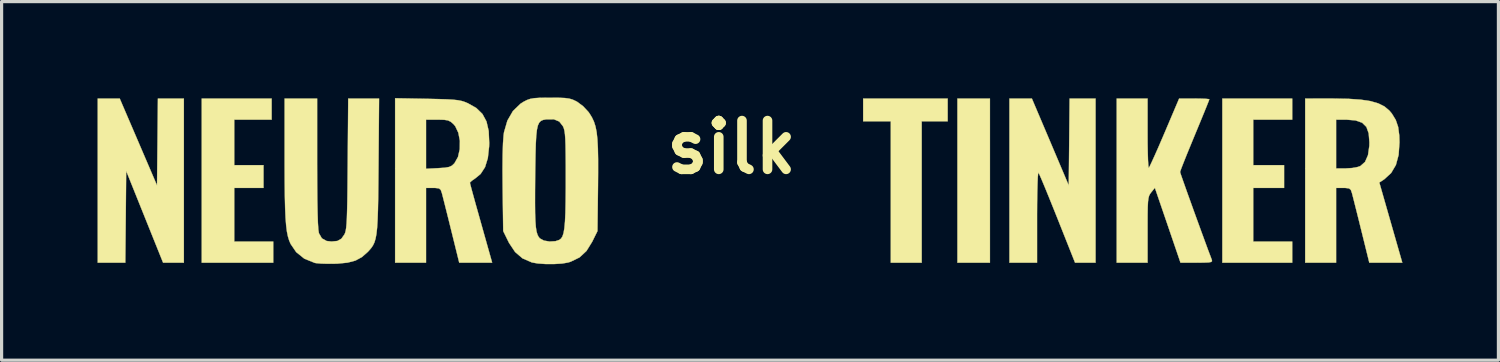
<source format=kicad_pcb>
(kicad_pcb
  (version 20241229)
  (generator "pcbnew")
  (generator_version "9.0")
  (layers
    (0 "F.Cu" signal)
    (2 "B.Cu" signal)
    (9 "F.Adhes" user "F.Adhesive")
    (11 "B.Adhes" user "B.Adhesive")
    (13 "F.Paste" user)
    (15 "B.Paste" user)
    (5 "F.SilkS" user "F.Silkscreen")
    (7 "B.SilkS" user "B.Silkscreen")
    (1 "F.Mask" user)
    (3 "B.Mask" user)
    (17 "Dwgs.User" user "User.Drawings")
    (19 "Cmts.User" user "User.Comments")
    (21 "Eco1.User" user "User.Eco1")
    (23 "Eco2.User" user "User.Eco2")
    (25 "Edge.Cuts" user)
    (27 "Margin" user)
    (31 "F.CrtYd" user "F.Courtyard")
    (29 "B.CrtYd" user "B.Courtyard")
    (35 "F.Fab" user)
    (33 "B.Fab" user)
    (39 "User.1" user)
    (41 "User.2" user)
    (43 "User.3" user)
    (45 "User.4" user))
  (footprint "silk"
    (layer "F.Cu")
    (at 19.817 1.554)
    (property "Reference" "silk" (at 0 0 0) (layer "F.SilkS") (effects (font (size 1.524 1.524) (thickness 0.3))))
    (attr through_hole)
    (fp_poly (pts (xy 8.077 3.607) (xy 7.061 3.607) (xy 7.061 -1.524) (xy 8.077 -1.524) (xy 8.077 3.607)) (stroke (width 0.01) (type solid)) (fill yes) (layer "F.SilkS"))
    (fp_poly (pts (xy 6.756 -0.813) (xy 5.944 -0.813) (xy 5.944 3.607) (xy 4.978 3.607) (xy 4.978 -0.813) (xy 4.115 -0.813) (xy 4.115 -1.524) (xy 6.756 -1.524) (xy 6.756 -0.813)) (stroke (width 0.01) (type solid)) (fill yes) (layer "F.SilkS"))
    (fp_poly (pts (xy -14.376 -0.864) (xy -15.545 -0.864) (xy -15.545 0.559) (xy -14.63 0.559) (xy -14.63 1.27) (xy -15.545 1.27) (xy -15.545 2.946) (xy -14.326 2.946) (xy -14.326 3.607) (xy -16.561 3.607) (xy -16.561 -1.524) (xy -14.376 -1.524) (xy -14.376 -0.864)) (stroke (width 0.01) (type solid)) (fill yes) (layer "F.SilkS"))
    (fp_poly (pts (xy 17.526 -0.864) (xy 16.307 -0.864) (xy 16.307 0.559) (xy 17.272 0.559) (xy 17.272 1.27) (xy 16.307 1.27) (xy 16.307 2.946) (xy 17.526 2.946) (xy 17.526 3.607) (xy 15.342 3.607) (xy 15.342 -1.524) (xy 17.526 -1.524) (xy 17.526 -0.864)) (stroke (width 0.01) (type solid)) (fill yes) (layer "F.SilkS"))
    (fp_poly (pts (xy -18.541 -0.165) (xy -17.958 1.194) (xy -17.944 -0.165) (xy -17.931 -1.524) (xy -17.12 -1.524) (xy -17.12 3.607) (xy -17.769 3.607) (xy -18.923 0.737) (xy -18.936 2.172) (xy -18.95 3.607) (xy -19.812 3.607) (xy -19.812 -1.524) (xy -19.125 -1.524) (xy -18.541 -0.165)) (stroke (width 0.01) (type solid)) (fill yes) (layer "F.SilkS"))
    (fp_poly (pts (xy 9.965 -0.166) (xy 10.541 1.193) (xy 10.555 -0.166) (xy 10.568 -1.524) (xy 11.379 -1.524) (xy 11.379 3.607) (xy 10.738 3.607) (xy 10.188 2.223) (xy 10.046 1.869) (xy 9.915 1.545) (xy 9.8 1.264) (xy 9.705 1.037) (xy 9.636 0.877) (xy 9.598 0.797) (xy 9.594 0.79) (xy 9.583 0.826) (xy 9.572 0.951) (xy 9.564 1.155) (xy 9.557 1.426) (xy 9.552 1.751) (xy 9.55 2.119) (xy 9.55 2.174) (xy 9.55 3.607) (xy 8.687 3.607) (xy 8.687 -1.524) (xy 9.388 -1.524) (xy 9.965 -0.166)) (stroke (width 0.01) (type solid)) (fill yes) (layer "F.SilkS"))
    (fp_poly (pts (xy 18.809 -1.523) (xy 19.282 -1.515) (xy 19.666 -1.489) (xy 19.974 -1.443) (xy 20.218 -1.372) (xy 20.411 -1.275) (xy 20.563 -1.147) (xy 20.641 -1.054) (xy 20.763 -0.854) (xy 20.838 -0.634) (xy 20.873 -0.365) (xy 20.879 -0.154) (xy 20.852 0.237) (xy 20.767 0.553) (xy 20.619 0.803) (xy 20.405 0.999) (xy 20.374 1.02) (xy 20.249 1.101) (xy 20.608 2.354) (xy 20.967 3.607) (xy 19.936 3.607) (xy 19.688 2.603) (xy 19.61 2.288) (xy 19.537 1.996) (xy 19.474 1.746) (xy 19.426 1.556) (xy 19.397 1.444) (xy 19.395 1.435) (xy 19.359 1.333) (xy 19.302 1.285) (xy 19.191 1.271) (xy 19.124 1.27) (xy 18.898 1.27) (xy 18.898 3.607) (xy 17.932 3.607) (xy 17.932 -0.864) (xy 18.898 -0.864) (xy 18.898 0.66) (xy 19.205 0.66) (xy 19.399 0.648) (xy 19.571 0.616) (xy 19.655 0.587) (xy 19.802 0.457) (xy 19.895 0.246) (xy 19.937 -0.048) (xy 19.939 -0.155) (xy 19.917 -0.436) (xy 19.845 -0.637) (xy 19.712 -0.768) (xy 19.506 -0.84) (xy 19.218 -0.864) (xy 19.199 -0.864) (xy 18.898 -0.864) (xy 17.932 -0.864) (xy 17.932 -1.524) (xy 18.809 -1.523)) (stroke (width 0.01) (type solid)) (fill yes) (layer "F.SilkS"))
    (fp_poly (pts (xy -12.954 0.5) (xy -12.952 1.116) (xy -12.948 1.631) (xy -12.94 2.045) (xy -12.93 2.358) (xy -12.916 2.571) (xy -12.899 2.682) (xy -12.898 2.686) (xy -12.805 2.847) (xy -12.657 2.929) (xy -12.504 2.946) (xy -12.32 2.928) (xy -12.196 2.858) (xy -12.101 2.724) (xy -12.079 2.675) (xy -12.061 2.609) (xy -12.046 2.517) (xy -12.034 2.388) (xy -12.024 2.213) (xy -12.017 1.982) (xy -12.01 1.685) (xy -12.005 1.312) (xy -12.001 0.854) (xy -11.998 0.521) (xy -11.982 -1.524) (xy -11.018 -1.524) (xy -11.035 0.572) (xy -11.04 1.124) (xy -11.045 1.585) (xy -11.053 1.964) (xy -11.064 2.271) (xy -11.079 2.516) (xy -11.1 2.708) (xy -11.128 2.858) (xy -11.164 2.976) (xy -11.21 3.071) (xy -11.266 3.152) (xy -11.334 3.231) (xy -11.368 3.268) (xy -11.553 3.431) (xy -11.756 3.541) (xy -12.003 3.606) (xy -12.319 3.637) (xy -12.395 3.639) (xy -12.625 3.641) (xy -12.833 3.635) (xy -12.987 3.621) (xy -13.03 3.613) (xy -13.354 3.482) (xy -13.608 3.277) (xy -13.782 3.022) (xy -13.828 2.915) (xy -13.866 2.79) (xy -13.898 2.636) (xy -13.922 2.444) (xy -13.941 2.204) (xy -13.954 1.904) (xy -13.963 1.537) (xy -13.968 1.091) (xy -13.97 0.556) (xy -13.97 0.372) (xy -13.97 -1.524) (xy -12.954 -1.524) (xy -12.954 0.5)) (stroke (width 0.01) (type solid)) (fill yes) (layer "F.SilkS"))
    (fp_poly (pts (xy 13.005 -0.429) (xy 13.006 -0.109) (xy 13.011 0.171) (xy 13.018 0.399) (xy 13.028 0.559) (xy 13.038 0.637) (xy 13.043 0.643) (xy 13.073 0.591) (xy 13.136 0.459) (xy 13.226 0.261) (xy 13.338 0.009) (xy 13.464 -0.283) (xy 13.537 -0.453) (xy 13.992 -1.524) (xy 14.464 -1.524) (xy 14.668 -1.521) (xy 14.828 -1.515) (xy 14.921 -1.505) (xy 14.935 -1.499) (xy 14.916 -1.446) (xy 14.864 -1.314) (xy 14.783 -1.114) (xy 14.679 -0.861) (xy 14.558 -0.568) (xy 14.478 -0.375) (xy 14.349 -0.062) (xy 14.233 0.22) (xy 14.138 0.458) (xy 14.067 0.639) (xy 14.028 0.747) (xy 14.021 0.772) (xy 14.037 0.827) (xy 14.084 0.963) (xy 14.155 1.165) (xy 14.245 1.419) (xy 14.35 1.71) (xy 14.463 2.024) (xy 14.58 2.345) (xy 14.695 2.661) (xy 14.803 2.955) (xy 14.898 3.214) (xy 14.977 3.422) (xy 15.013 3.518) (xy 15.02 3.558) (xy 14.993 3.584) (xy 14.915 3.599) (xy 14.768 3.605) (xy 14.541 3.607) (xy 14.034 3.607) (xy 13.634 2.436) (xy 13.233 1.266) (xy 13.119 1.408) (xy 13.081 1.46) (xy 13.052 1.517) (xy 13.032 1.594) (xy 13.018 1.706) (xy 13.01 1.868) (xy 13.006 2.095) (xy 13.005 2.401) (xy 13.005 2.578) (xy 13.005 3.607) (xy 12.04 3.607) (xy 12.04 -1.524) (xy 13.005 -1.524) (xy 13.005 -0.429)) (stroke (width 0.01) (type solid)) (fill yes) (layer "F.SilkS"))
    (fp_poly (pts (xy -9.512 -1.515) (xy -9.162 -1.507) (xy -8.897 -1.499) (xy -8.699 -1.487) (xy -8.551 -1.471) (xy -8.436 -1.448) (xy -8.337 -1.416) (xy -8.242 -1.377) (xy -7.979 -1.228) (xy -7.787 -1.042) (xy -7.66 -0.807) (xy -7.591 -0.509) (xy -7.575 -0.136) (xy -7.578 -0.025) (xy -7.618 0.338) (xy -7.705 0.62) (xy -7.843 0.833) (xy -8.012 0.972) (xy -8.119 1.046) (xy -8.176 1.101) (xy -8.178 1.109) (xy -8.165 1.165) (xy -8.128 1.306) (xy -8.07 1.517) (xy -7.996 1.785) (xy -7.908 2.097) (xy -7.83 2.375) (xy -7.483 3.607) (xy -8.512 3.607) (xy -8.76 2.603) (xy -8.838 2.288) (xy -8.911 1.996) (xy -8.974 1.746) (xy -9.022 1.556) (xy -9.051 1.444) (xy -9.053 1.435) (xy -9.089 1.333) (xy -9.146 1.285) (xy -9.257 1.271) (xy -9.324 1.27) (xy -9.55 1.27) (xy -9.55 3.607) (xy -10.516 3.607) (xy -10.516 -0.864) (xy -9.55 -0.864) (xy -9.55 0.672) (xy -9.164 0.652) (xy -8.96 0.638) (xy -8.829 0.615) (xy -8.742 0.575) (xy -8.67 0.507) (xy -8.659 0.495) (xy -8.551 0.303) (xy -8.496 0.059) (xy -8.492 -0.204) (xy -8.54 -0.455) (xy -8.637 -0.66) (xy -8.687 -0.719) (xy -8.774 -0.796) (xy -8.861 -0.84) (xy -8.983 -0.859) (xy -9.172 -0.864) (xy -9.191 -0.864) (xy -9.55 -0.864) (xy -10.516 -0.864) (xy -10.516 -1.533) (xy -9.512 -1.515)) (stroke (width 0.01) (type solid)) (fill yes) (layer "F.SilkS"))
    (fp_poly (pts (xy -5.399 -1.548) (xy -5.21 -1.54) (xy -5.075 -1.522) (xy -4.968 -1.491) (xy -4.865 -1.443) (xy -4.826 -1.422) (xy -4.64 -1.284) (xy -4.472 -1.104) (xy -4.441 -1.06) (xy -4.363 -0.934) (xy -4.301 -0.802) (xy -4.253 -0.653) (xy -4.217 -0.474) (xy -4.193 -0.252) (xy -4.178 0.024) (xy -4.171 0.367) (xy -4.171 0.79) (xy -4.174 1.195) (xy -4.191 2.619) (xy -4.356 2.953) (xy -4.534 3.24) (xy -4.751 3.442) (xy -5.027 3.576) (xy -5.11 3.602) (xy -5.297 3.634) (xy -5.543 3.649) (xy -5.809 3.649) (xy -6.054 3.632) (xy -6.239 3.6) (xy -6.241 3.599) (xy -6.531 3.474) (xy -6.765 3.274) (xy -6.954 2.991) (xy -6.973 2.953) (xy -7.137 2.619) (xy -7.149 1.745) (xy -6.143 1.745) (xy -6.14 2.061) (xy -6.131 2.307) (xy -6.117 2.493) (xy -6.096 2.63) (xy -6.067 2.729) (xy -6.031 2.8) (xy -5.991 2.848) (xy -5.864 2.917) (xy -5.687 2.946) (xy -5.503 2.935) (xy -5.384 2.895) (xy -5.329 2.853) (xy -5.285 2.785) (xy -5.251 2.68) (xy -5.225 2.528) (xy -5.206 2.321) (xy -5.193 2.047) (xy -5.186 1.696) (xy -5.182 1.26) (xy -5.182 0.991) (xy -5.182 0.557) (xy -5.185 0.213) (xy -5.189 -0.054) (xy -5.196 -0.256) (xy -5.207 -0.405) (xy -5.222 -0.513) (xy -5.242 -0.592) (xy -5.268 -0.655) (xy -5.271 -0.66) (xy -5.385 -0.805) (xy -5.552 -0.875) (xy -5.785 -0.874) (xy -5.807 -0.871) (xy -5.892 -0.855) (xy -5.96 -0.824) (xy -6.013 -0.769) (xy -6.054 -0.68) (xy -6.084 -0.546) (xy -6.105 -0.356) (xy -6.119 -0.1) (xy -6.128 0.232) (xy -6.135 0.651) (xy -6.138 0.861) (xy -6.142 1.349) (xy -6.143 1.745) (xy -7.149 1.745) (xy -7.155 1.246) (xy -7.159 0.692) (xy -7.155 0.236) (xy -7.144 -0.12) (xy -7.125 -0.376) (xy -7.112 -0.471) (xy -7.007 -0.833) (xy -6.834 -1.133) (xy -6.599 -1.36) (xy -6.502 -1.422) (xy -6.395 -1.477) (xy -6.293 -1.513) (xy -6.17 -1.535) (xy -6.002 -1.546) (xy -5.766 -1.549) (xy -5.664 -1.549) (xy -5.399 -1.548)) (stroke (width 0.01) (type solid)) (fill yes) (layer "F.SilkS")))
  (gr_rect
    (start -3 -3)
    (end 43.789 8.209)
    (stroke (width 0.1) (type default))
    (fill no)
    (layer "Edge.Cuts")))
</source>
